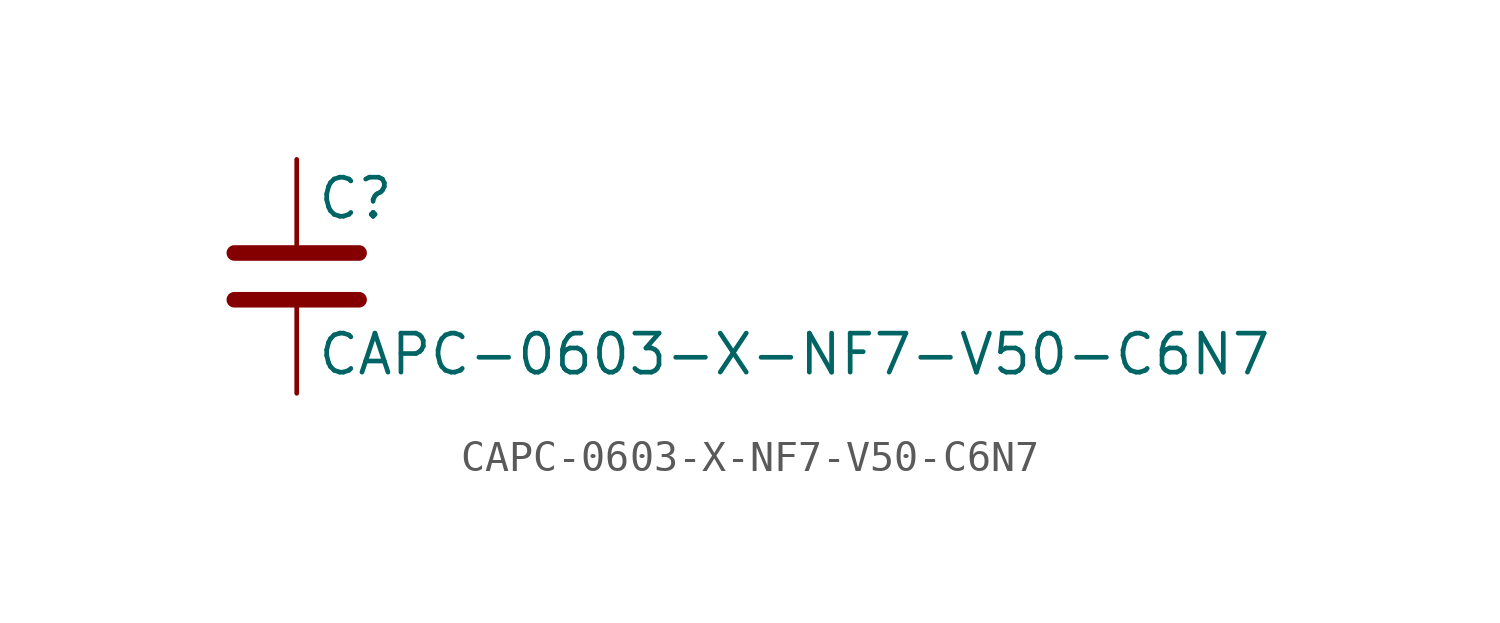
<source format=kicad_sym>
(kicad_symbol_lib
  (version 20211014)
  (generator kicad_symbol_editor)
  (symbol "CAPC-0603-X-NF7-V50-C6N7"
    (pin_numbers hide)
    (pin_names
      (offset 0.254))
    (property "Reference" "C"
      (at 0.635 2.54 0)
      (effects (font (size 1.27 1.27)) (justify left)))
    (property "Value" "CAPC-0603-X-NF7-V50-C6N7"
      (at 0.635 -2.54 0)
      (effects (font (size 1.27 1.27)) (justify left)))
    (symbol "CAPC-0603-X-NF7-V50-C6N7_0_1"
      (polyline (pts (xy -2.032 -0.762) (xy 2.032 -0.762)) (stroke (width 0.508) (type default) (color 0 0 0 0)) (fill (type none)))
      (polyline (pts (xy -2.032 0.762) (xy 2.032 0.762)) (stroke (width 0.508) (type default) (color 0 0 0 0)) (fill (type none))))
    (symbol "CAPC-0603-X-NF7-V50-C6N7_1_1"
      (pin passive line (at 0 3.81 270) (length 2.794) (name "~" (effects (font (size 1.27 1.27)))) (number "1" (effects (font (size 1.27 1.27)))))
      (pin passive line (at 0 -3.81 90) (length 2.794) (name "~" (effects (font (size 1.27 1.27)))) (number "2" (effects (font (size 1.27 1.27))))))))
</source>
